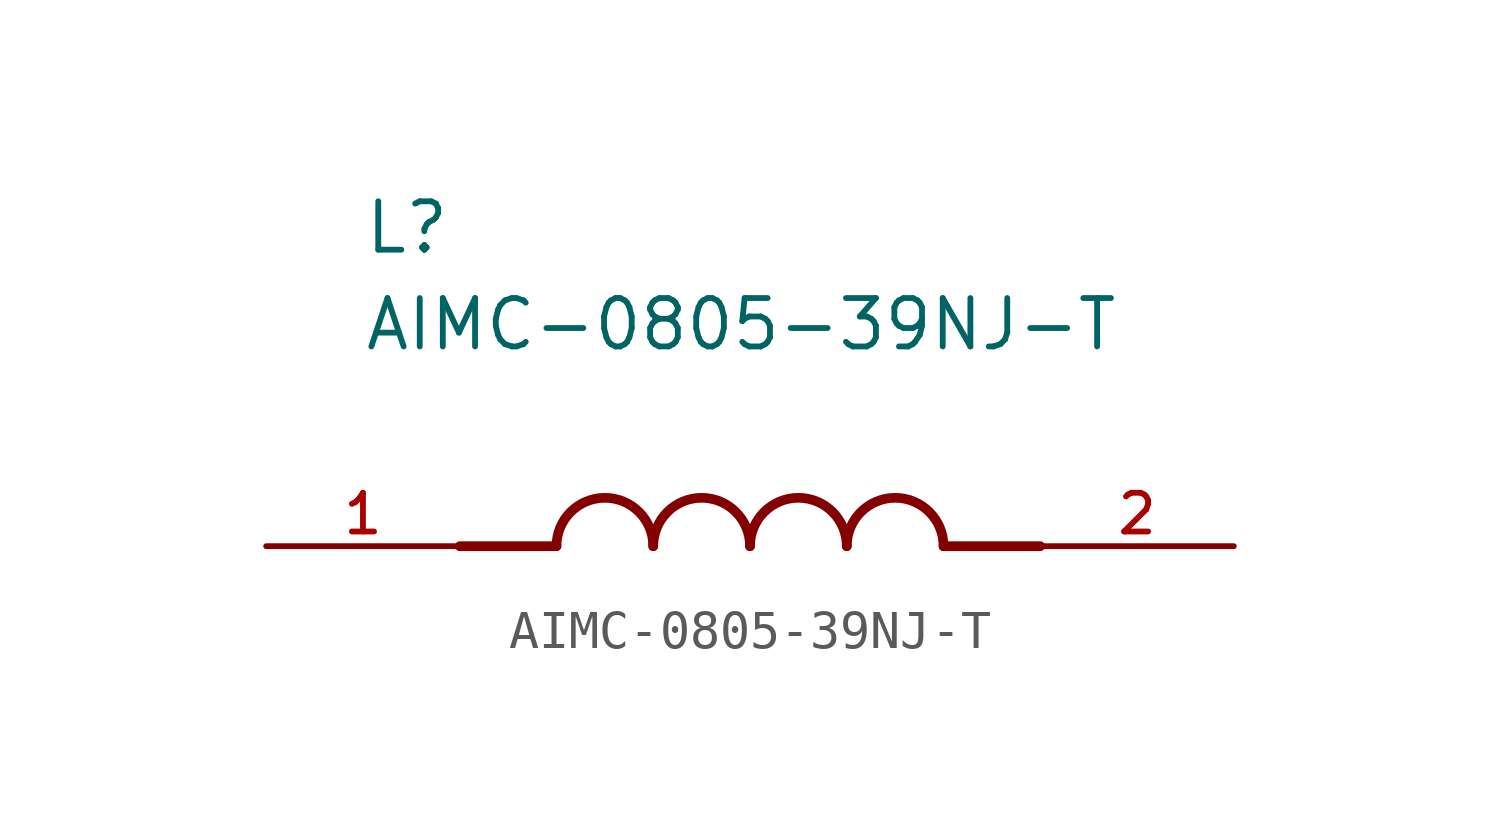
<source format=kicad_sym>
(kicad_symbol_lib
  (version 20211014)
  (generator kicad_symbol_editor)
  (symbol "AIMC-0805-39NJ-T"
    (pin_names
      (offset 1.016))
    (property "Reference" "L"
      (at -10.16 7.62 0)
      (effects (font (size 1.27 1.27)) (justify bottom left)))
    (property "Value" "AIMC-0805-39NJ-T"
      (at -10.16 5.08 0)
      (effects (font (size 1.27 1.27)) (justify bottom left)))
    (symbol "AIMC-0805-39NJ-T_0_0"
      (polyline (pts (xy -5.08 0.0) (xy -7.62 0.0)) (stroke (width 0.254)))
      (polyline (pts (xy 5.08 0.0) (xy 7.62 0.0)) (stroke (width 0.254)))
      (arc (start -2.54 0.0) (mid -3.81 1.27) (end -5.08 0.0) (stroke (width 0.254) (type default) (color 0 0 0 0)) (fill (type none)))
      (arc (start 0.0 0.0) (mid -1.27 1.27) (end -2.54 0.0) (stroke (width 0.254) (type default) (color 0 0 0 0)) (fill (type none)))
      (arc (start 2.54 0.0) (mid 1.27 1.27) (end 0.0 0.0) (stroke (width 0.254) (type default) (color 0 0 0 0)) (fill (type none)))
      (arc (start 5.08 0.0) (mid 3.81 1.27) (end 2.54 0.0) (stroke (width 0.254) (type default) (color 0 0 0 0)) (fill (type none)))
      (pin passive line (at -12.7 0.0 0) (length 5.08) (name "~" (effects (font (size 1.016 1.016)))) (number "1" (effects (font (size 1.016 1.016)))))
      (pin passive line (at 12.7 0.0 180.0) (length 5.08) (name "~" (effects (font (size 1.016 1.016)))) (number "2" (effects (font (size 1.016 1.016))))))))
</source>
